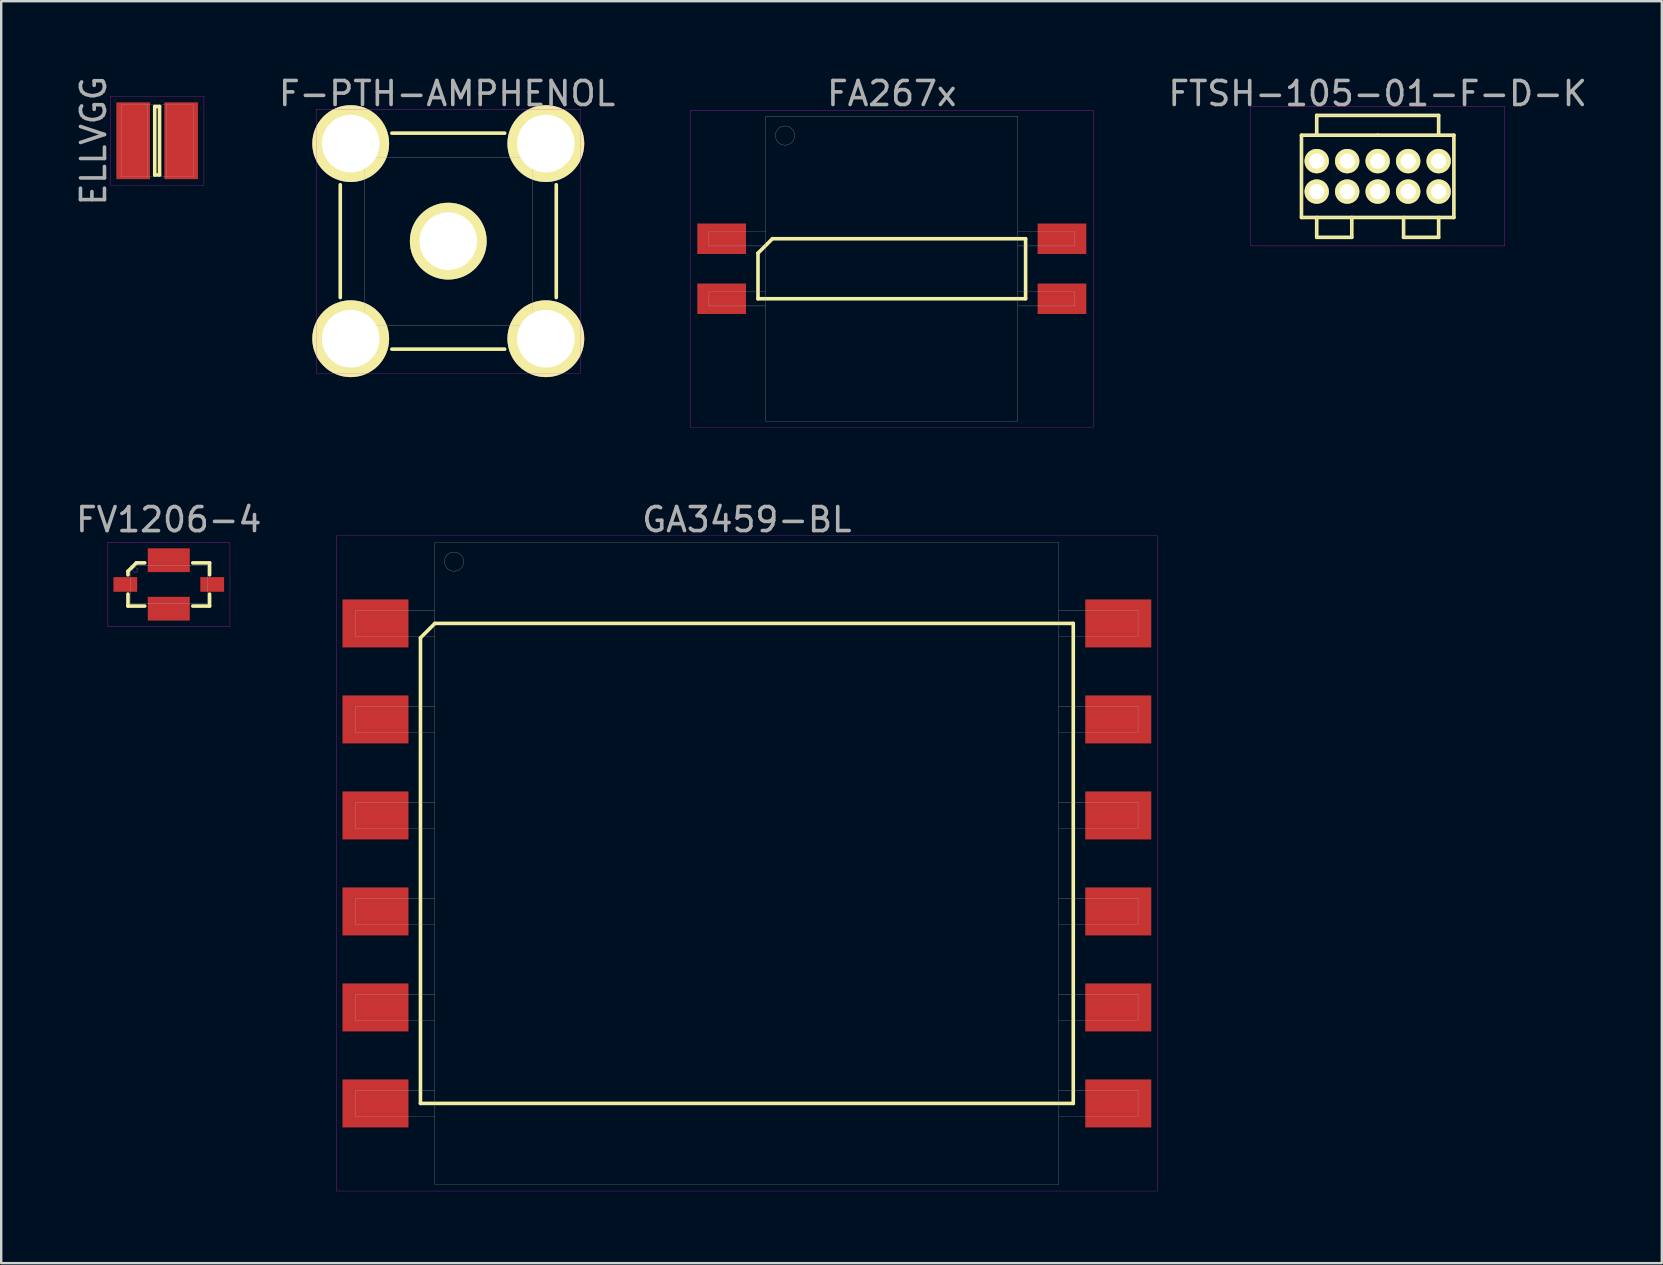
<source format=kicad_pcb>
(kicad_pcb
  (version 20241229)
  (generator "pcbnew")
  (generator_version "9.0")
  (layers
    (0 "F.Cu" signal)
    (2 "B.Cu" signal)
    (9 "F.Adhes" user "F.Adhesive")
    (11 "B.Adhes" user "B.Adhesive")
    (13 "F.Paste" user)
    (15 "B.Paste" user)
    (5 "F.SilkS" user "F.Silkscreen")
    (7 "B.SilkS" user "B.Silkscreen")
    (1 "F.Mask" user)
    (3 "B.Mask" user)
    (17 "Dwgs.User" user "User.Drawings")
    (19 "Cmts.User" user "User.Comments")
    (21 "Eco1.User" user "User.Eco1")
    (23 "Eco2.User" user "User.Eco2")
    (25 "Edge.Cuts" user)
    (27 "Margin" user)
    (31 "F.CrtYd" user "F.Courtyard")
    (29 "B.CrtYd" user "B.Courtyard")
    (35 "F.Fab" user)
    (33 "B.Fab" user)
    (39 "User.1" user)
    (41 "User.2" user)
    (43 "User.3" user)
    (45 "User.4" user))
  (footprint "GA3459-BL"
    (layer "F.Cu")
    (at 28.069 32.926)
    (property "Reference" "GA3459-BL" (at 0 -14.325 0) (layer "F.Fab") (effects (font (size 1 1) (thickness 0.15))))
    (attr through_hole)
    (fp_line (start -13.6 -9.4) (end -13 -10) (stroke (width 0.15) (type solid)) (layer "F.SilkS"))
    (fp_line (start -13.6 10) (end -13.6 -9.4) (stroke (width 0.15) (type solid)) (layer "F.SilkS"))
    (fp_line (start -13 -10) (end 13.6 -10) (stroke (width 0.15) (type solid)) (layer "F.SilkS"))
    (fp_line (start 13.6 -10) (end 13.6 10) (stroke (width 0.15) (type solid)) (layer "F.SilkS"))
    (fp_line (start 13.6 10) (end -13.6 10) (stroke (width 0.15) (type solid)) (layer "F.SilkS"))
    (fp_line (start -17.1 -13.65) (end 17.1 -13.65) (stroke (width 0.01) (type solid)) (layer "F.CrtYd"))
    (fp_line (start -17.1 13.65) (end -17.1 -13.65) (stroke (width 0.01) (type solid)) (layer "F.CrtYd"))
    (fp_line (start 17.1 -13.65) (end 17.1 13.65) (stroke (width 0.01) (type solid)) (layer "F.CrtYd"))
    (fp_line (start 17.1 13.65) (end -17.1 13.65) (stroke (width 0.01) (type solid)) (layer "F.CrtYd"))
    (fp_line (start -16.3 -10.545) (end -13 -10.545) (stroke (width 0.01) (type solid)) (layer "F.Fab"))
    (fp_line (start -16.3 -9.455) (end -16.3 -10.545) (stroke (width 0.01) (type solid)) (layer "F.Fab"))
    (fp_line (start -16.3 -6.545) (end -13 -6.545) (stroke (width 0.01) (type solid)) (layer "F.Fab"))
    (fp_line (start -16.3 -5.455) (end -16.3 -6.545) (stroke (width 0.01) (type solid)) (layer "F.Fab"))
    (fp_line (start -16.3 -2.545) (end -13 -2.545) (stroke (width 0.01) (type solid)) (layer "F.Fab"))
    (fp_line (start -16.3 -1.455) (end -16.3 -2.545) (stroke (width 0.01) (type solid)) (layer "F.Fab"))
    (fp_line (start -16.3 1.455) (end -13 1.455) (stroke (width 0.01) (type solid)) (layer "F.Fab"))
    (fp_line (start -16.3 2.545) (end -16.3 1.455) (stroke (width 0.01) (type solid)) (layer "F.Fab"))
    (fp_line (start -16.3 5.455) (end -13 5.455) (stroke (width 0.01) (type solid)) (layer "F.Fab"))
    (fp_line (start -16.3 6.545) (end -16.3 5.455) (stroke (width 0.01) (type solid)) (layer "F.Fab"))
    (fp_line (start -16.3 9.455) (end -13 9.455) (stroke (width 0.01) (type solid)) (layer "F.Fab"))
    (fp_line (start -16.3 10.545) (end -16.3 9.455) (stroke (width 0.01) (type solid)) (layer "F.Fab"))
    (fp_line (start -13 -13.375) (end 13 -13.375) (stroke (width 0.01) (type solid)) (layer "F.Fab"))
    (fp_line (start -13 -9.455) (end -16.3 -9.455) (stroke (width 0.01) (type solid)) (layer "F.Fab"))
    (fp_line (start -13 -5.455) (end -16.3 -5.455) (stroke (width 0.01) (type solid)) (layer "F.Fab"))
    (fp_line (start -13 -1.455) (end -16.3 -1.455) (stroke (width 0.01) (type solid)) (layer "F.Fab"))
    (fp_line (start -13 2.545) (end -16.3 2.545) (stroke (width 0.01) (type solid)) (layer "F.Fab"))
    (fp_line (start -13 6.545) (end -16.3 6.545) (stroke (width 0.01) (type solid)) (layer "F.Fab"))
    (fp_line (start -13 10.545) (end -16.3 10.545) (stroke (width 0.01) (type solid)) (layer "F.Fab"))
    (fp_line (start -13 13.375) (end -13 -13.375) (stroke (width 0.01) (type solid)) (layer "F.Fab"))
    (fp_line (start 13 -13.375) (end 13 13.375) (stroke (width 0.01) (type solid)) (layer "F.Fab"))
    (fp_line (start 13 -10.545) (end 16.3 -10.545) (stroke (width 0.01) (type solid)) (layer "F.Fab"))
    (fp_line (start 13 -6.545) (end 16.3 -6.545) (stroke (width 0.01) (type solid)) (layer "F.Fab"))
    (fp_line (start 13 -2.545) (end 16.3 -2.545) (stroke (width 0.01) (type solid)) (layer "F.Fab"))
    (fp_line (start 13 1.455) (end 16.3 1.455) (stroke (width 0.01) (type solid)) (layer "F.Fab"))
    (fp_line (start 13 5.455) (end 16.3 5.455) (stroke (width 0.01) (type solid)) (layer "F.Fab"))
    (fp_line (start 13 9.455) (end 16.3 9.455) (stroke (width 0.01) (type solid)) (layer "F.Fab"))
    (fp_line (start 13 13.375) (end -13 13.375) (stroke (width 0.01) (type solid)) (layer "F.Fab"))
    (fp_line (start 16.3 -10.545) (end 16.3 -9.455) (stroke (width 0.01) (type solid)) (layer "F.Fab"))
    (fp_line (start 16.3 -9.455) (end 13 -9.455) (stroke (width 0.01) (type solid)) (layer "F.Fab"))
    (fp_line (start 16.3 -6.545) (end 16.3 -5.455) (stroke (width 0.01) (type solid)) (layer "F.Fab"))
    (fp_line (start 16.3 -5.455) (end 13 -5.455) (stroke (width 0.01) (type solid)) (layer "F.Fab"))
    (fp_line (start 16.3 -2.545) (end 16.3 -1.455) (stroke (width 0.01) (type solid)) (layer "F.Fab"))
    (fp_line (start 16.3 -1.455) (end 13 -1.455) (stroke (width 0.01) (type solid)) (layer "F.Fab"))
    (fp_line (start 16.3 1.455) (end 16.3 2.545) (stroke (width 0.01) (type solid)) (layer "F.Fab"))
    (fp_line (start 16.3 2.545) (end 13 2.545) (stroke (width 0.01) (type solid)) (layer "F.Fab"))
    (fp_line (start 16.3 5.455) (end 16.3 6.545) (stroke (width 0.01) (type solid)) (layer "F.Fab"))
    (fp_line (start 16.3 6.545) (end 13 6.545) (stroke (width 0.01) (type solid)) (layer "F.Fab"))
    (fp_line (start 16.3 9.455) (end 16.3 10.545) (stroke (width 0.01) (type solid)) (layer "F.Fab"))
    (fp_line (start 16.3 10.545) (end 13 10.545) (stroke (width 0.01) (type solid)) (layer "F.Fab"))
    (fp_circle (center -12.2 -12.575) (end -12.2 -12.175) (stroke (width 0.01) (type solid)) (fill no) (layer "F.Fab"))
    (pad "1" smd rect (at -15.475 -10) (size 2.75 2) (layers "F.Cu" "F.Mask" "F.Paste"))
    (pad "2" smd rect (at -15.475 -6) (size 2.75 2) (layers "F.Cu" "F.Mask" "F.Paste"))
    (pad "3" smd rect (at -15.475 -2) (size 2.75 2) (layers "F.Cu" "F.Mask" "F.Paste"))
    (pad "4" smd rect (at -15.475 2) (size 2.75 2) (layers "F.Cu" "F.Mask" "F.Paste"))
    (pad "5" smd rect (at -15.475 6) (size 2.75 2) (layers "F.Cu" "F.Mask" "F.Paste"))
    (pad "6" smd rect (at -15.475 10) (size 2.75 2) (layers "F.Cu" "F.Mask" "F.Paste"))
    (pad "7" smd rect (at 15.475 10) (size 2.75 2) (layers "F.Cu" "F.Mask" "F.Paste"))
    (pad "8" smd rect (at 15.475 6) (size 2.75 2) (layers "F.Cu" "F.Mask" "F.Paste"))
    (pad "9" smd rect (at 15.475 2) (size 2.75 2) (layers "F.Cu" "F.Mask" "F.Paste"))
    (pad "10" smd rect (at 15.475 -2) (size 2.75 2) (layers "F.Cu" "F.Mask" "F.Paste"))
    (pad "11" smd rect (at 15.475 -6) (size 2.75 2) (layers "F.Cu" "F.Mask" "F.Paste"))
    (pad "12" smd rect (at 15.475 -10) (size 2.75 2) (layers "F.Cu" "F.Mask" "F.Paste")))
  (footprint "FA267x"
    (layer "F.Cu")
    (at 34.108 8.148)
    (property "Reference" "FA267x" (at 0 -7.3 0) (layer "F.Fab") (effects (font (size 1 1) (thickness 0.15))))
    (attr through_hole)
    (fp_line (start -5.575 -0.65) (end -4.975 -1.25) (stroke (width 0.15) (type solid)) (layer "F.SilkS"))
    (fp_line (start -5.575 1.25) (end -5.575 -0.65) (stroke (width 0.15) (type solid)) (layer "F.SilkS"))
    (fp_line (start -4.975 -1.25) (end 5.575 -1.25) (stroke (width 0.15) (type solid)) (layer "F.SilkS"))
    (fp_line (start 5.575 -1.25) (end 5.575 1.25) (stroke (width 0.15) (type solid)) (layer "F.SilkS"))
    (fp_line (start 5.575 1.25) (end -5.575 1.25) (stroke (width 0.15) (type solid)) (layer "F.SilkS"))
    (fp_line (start -8.4 -6.6) (end 8.4 -6.6) (stroke (width 0.01) (type solid)) (layer "F.CrtYd"))
    (fp_line (start -8.4 6.6) (end -8.4 -6.6) (stroke (width 0.01) (type solid)) (layer "F.CrtYd"))
    (fp_line (start 8.4 -6.6) (end 8.4 6.6) (stroke (width 0.01) (type solid)) (layer "F.CrtYd"))
    (fp_line (start 8.4 6.6) (end -8.4 6.6) (stroke (width 0.01) (type solid)) (layer "F.CrtYd"))
    (fp_line (start -7.62 -1.55) (end -5.25 -1.55) (stroke (width 0.01) (type solid)) (layer "F.Fab"))
    (fp_line (start -7.62 -0.95) (end -7.62 -1.55) (stroke (width 0.01) (type solid)) (layer "F.Fab"))
    (fp_line (start -7.62 0.95) (end -5.25 0.95) (stroke (width 0.01) (type solid)) (layer "F.Fab"))
    (fp_line (start -7.62 1.55) (end -7.62 0.95) (stroke (width 0.01) (type solid)) (layer "F.Fab"))
    (fp_line (start -5.25 -6.35) (end 5.25 -6.35) (stroke (width 0.01) (type solid)) (layer "F.Fab"))
    (fp_line (start -5.25 -0.95) (end -7.62 -0.95) (stroke (width 0.01) (type solid)) (layer "F.Fab"))
    (fp_line (start -5.25 1.55) (end -7.62 1.55) (stroke (width 0.01) (type solid)) (layer "F.Fab"))
    (fp_line (start -5.25 6.35) (end -5.25 -6.35) (stroke (width 0.01) (type solid)) (layer "F.Fab"))
    (fp_line (start 5.25 -6.35) (end 5.25 6.35) (stroke (width 0.01) (type solid)) (layer "F.Fab"))
    (fp_line (start 5.25 -1.55) (end 7.62 -1.55) (stroke (width 0.01) (type solid)) (layer "F.Fab"))
    (fp_line (start 5.25 0.95) (end 7.62 0.95) (stroke (width 0.01) (type solid)) (layer "F.Fab"))
    (fp_line (start 5.25 6.35) (end -5.25 6.35) (stroke (width 0.01) (type solid)) (layer "F.Fab"))
    (fp_line (start 7.62 -1.55) (end 7.62 -0.95) (stroke (width 0.01) (type solid)) (layer "F.Fab"))
    (fp_line (start 7.62 -0.95) (end 5.25 -0.95) (stroke (width 0.01) (type solid)) (layer "F.Fab"))
    (fp_line (start 7.62 0.95) (end 7.62 1.55) (stroke (width 0.01) (type solid)) (layer "F.Fab"))
    (fp_line (start 7.62 1.55) (end 5.25 1.55) (stroke (width 0.01) (type solid)) (layer "F.Fab"))
    (fp_circle (center -4.45 -5.55) (end -4.45 -5.15) (stroke (width 0.01) (type solid)) (fill no) (layer "F.Fab"))
    (pad "1" smd rect (at -7.09 -1.25) (size 2.03 1.27) (layers "F.Cu" "F.Mask" "F.Paste"))
    (pad "2" smd rect (at -7.09 1.25) (size 2.03 1.27) (layers "F.Cu" "F.Mask" "F.Paste"))
    (pad "3" smd rect (at 7.09 1.25) (size 2.03 1.27) (layers "F.Cu" "F.Mask" "F.Paste"))
    (pad "4" smd rect (at 7.09 -1.25) (size 2.03 1.27) (layers "F.Cu" "F.Mask" "F.Paste")))
  (footprint "FTSH-105-01-F-D-K"
    (layer "F.Cu")
    (at 54.353 4.298)
    (property "Reference" "FTSH-105-01-F-D-K" (at 0 -3.45 0) (layer "F.Fab") (effects (font (size 1 1) (thickness 0.15))))
    (attr through_hole)
    (fp_line (start -3.175 -1.714) (end 0 -1.714) (stroke (width 0.15) (type solid)) (layer "F.SilkS"))
    (fp_line (start -3.175 1.714) (end -3.175 -1.714) (stroke (width 0.15) (type solid)) (layer "F.SilkS"))
    (fp_line (start -2.54 -2.54) (end 2.54 -2.54) (stroke (width 0.15) (type solid)) (layer "F.SilkS"))
    (fp_line (start -2.54 -1.714) (end -2.54 -2.54) (stroke (width 0.15) (type solid)) (layer "F.SilkS"))
    (fp_line (start -2.54 1.714) (end -2.54 2.54) (stroke (width 0.15) (type solid)) (layer "F.SilkS"))
    (fp_line (start -2.54 2.54) (end -1.079 2.54) (stroke (width 0.15) (type solid)) (layer "F.SilkS"))
    (fp_line (start -1.079 2.54) (end -1.079 1.714) (stroke (width 0.15) (type solid)) (layer "F.SilkS"))
    (fp_line (start 0 -1.714) (end 3.175 -1.714) (stroke (width 0.15) (type solid)) (layer "F.SilkS"))
    (fp_line (start 1.079 2.54) (end 1.079 1.714) (stroke (width 0.15) (type solid)) (layer "F.SilkS"))
    (fp_line (start 2.54 -2.54) (end 2.54 -1.714) (stroke (width 0.15) (type solid)) (layer "F.SilkS"))
    (fp_line (start 2.54 1.714) (end 2.54 2.54) (stroke (width 0.15) (type solid)) (layer "F.SilkS"))
    (fp_line (start 2.54 2.54) (end 1.079 2.54) (stroke (width 0.15) (type solid)) (layer "F.SilkS"))
    (fp_line (start 3.175 -1.714) (end 3.175 1.714) (stroke (width 0.15) (type solid)) (layer "F.SilkS"))
    (fp_line (start 3.175 1.714) (end -3.175 1.714) (stroke (width 0.15) (type solid)) (layer "F.SilkS"))
    (fp_line (start -5.3 -2.9) (end 5.3 -2.9) (stroke (width 0.01) (type solid)) (layer "F.CrtYd"))
    (fp_line (start -5.3 2.9) (end -5.3 -2.9) (stroke (width 0.01) (type solid)) (layer "F.CrtYd"))
    (fp_line (start 5.3 -2.9) (end 5.3 2.9) (stroke (width 0.01) (type solid)) (layer "F.CrtYd"))
    (fp_line (start 5.3 2.9) (end -5.3 2.9) (stroke (width 0.01) (type solid)) (layer "F.CrtYd"))
    (fp_line (start -3.15 -1.7) (end 3.15 -1.7) (stroke (width 0.01) (type solid)) (layer "F.Fab"))
    (fp_line (start -3.15 1.7) (end -3.15 -1.7) (stroke (width 0.01) (type solid)) (layer "F.Fab"))
    (fp_line (start -2.55 -2.55) (end 2.5 -2.55) (stroke (width 0.01) (type solid)) (layer "F.Fab"))
    (fp_line (start -2.55 -1.7) (end -2.55 -2.55) (stroke (width 0.01) (type solid)) (layer "F.Fab"))
    (fp_line (start -2.55 1.7) (end -2.55 2.55) (stroke (width 0.01) (type solid)) (layer "F.Fab"))
    (fp_line (start -2.55 2.55) (end -1.1 2.55) (stroke (width 0.01) (type solid)) (layer "F.Fab"))
    (fp_line (start -1.1 2.55) (end -1.1 1.7) (stroke (width 0.01) (type solid)) (layer "F.Fab"))
    (fp_line (start 1.1 1.7) (end 1.1 2.55) (stroke (width 0.01) (type solid)) (layer "F.Fab"))
    (fp_line (start 1.1 2.55) (end 2.55 2.55) (stroke (width 0.01) (type solid)) (layer "F.Fab"))
    (fp_line (start 2.5 -2.55) (end 2.55 -2.55) (stroke (width 0.01) (type solid)) (layer "F.Fab"))
    (fp_line (start 2.55 -2.55) (end 2.55 -1.7) (stroke (width 0.01) (type solid)) (layer "F.Fab"))
    (fp_line (start 2.55 2.55) (end 2.55 1.7) (stroke (width 0.01) (type solid)) (layer "F.Fab"))
    (fp_line (start 3.15 -1.7) (end 3.15 1.7) (stroke (width 0.01) (type solid)) (layer "F.Fab"))
    (fp_line (start 3.15 1.7) (end -3.15 1.7) (stroke (width 0.01) (type solid)) (layer "F.Fab"))
    (pad "1" thru_hole circle (at -2.54 0.635) (size 1.016 1.016) (drill 0.635) (layers "*.Cu" "*.Mask" "F.SilkS"))
    (pad "2" thru_hole circle (at -2.54 -0.635) (size 1.016 1.016) (drill 0.635) (layers "*.Cu" "*.Mask" "F.SilkS"))
    (pad "3" thru_hole circle (at -1.27 0.635) (size 1.016 1.016) (drill 0.635) (layers "*.Cu" "*.Mask" "F.SilkS"))
    (pad "4" thru_hole circle (at -1.27 -0.635) (size 1.016 1.016) (drill 0.635) (layers "*.Cu" "*.Mask" "F.SilkS"))
    (pad "5" thru_hole circle (at 0 0.635) (size 1.016 1.016) (drill 0.635) (layers "*.Cu" "*.Mask" "F.SilkS"))
    (pad "6" thru_hole circle (at 0 -0.635) (size 1.016 1.016) (drill 0.635) (layers "*.Cu" "*.Mask" "F.SilkS"))
    (pad "7" thru_hole circle (at 1.27 0.635) (size 1.016 1.016) (drill 0.635) (layers "*.Cu" "*.Mask" "F.SilkS"))
    (pad "8" thru_hole circle (at 1.27 -0.635) (size 1.016 1.016) (drill 0.635) (layers "*.Cu" "*.Mask" "F.SilkS"))
    (pad "9" thru_hole circle (at 2.54 0.635) (size 1.016 1.016) (drill 0.635) (layers "*.Cu" "*.Mask" "F.SilkS"))
    (pad "10" thru_hole circle (at 2.54 -0.635) (size 1.016 1.016) (drill 0.635) (layers "*.Cu" "*.Mask" "F.SilkS")))
  (footprint "ELLVGG"
    (layer "F.Cu")
    (at 3.498 2.815)
    (property "Reference" "ELLVGG" (at -2.65 0 90) (layer "F.Fab") (effects (font (size 1 1) (thickness 0.15))))
    (attr through_hole)
    (fp_line (start -0.1 -1.425) (end 0.1 -1.425) (stroke (width 0.15) (type solid)) (layer "F.SilkS"))
    (fp_line (start -0.1 1.425) (end -0.1 -1.425) (stroke (width 0.15) (type solid)) (layer "F.SilkS"))
    (fp_line (start 0.1 -1.425) (end 0.1 1.425) (stroke (width 0.15) (type solid)) (layer "F.SilkS"))
    (fp_line (start 0.1 1.425) (end -0.1 1.425) (stroke (width 0.15) (type solid)) (layer "F.SilkS"))
    (fp_line (start -1.95 -1.85) (end 1.95 -1.85) (stroke (width 0.01) (type solid)) (layer "F.CrtYd"))
    (fp_line (start -1.95 1.85) (end -1.95 -1.85) (stroke (width 0.01) (type solid)) (layer "F.CrtYd"))
    (fp_line (start 1.95 -1.85) (end 1.95 1.85) (stroke (width 0.01) (type solid)) (layer "F.CrtYd"))
    (fp_line (start 1.95 1.85) (end -1.95 1.85) (stroke (width 0.01) (type solid)) (layer "F.CrtYd"))
    (fp_line (start -1.5 -1.5) (end 1.5 -1.5) (stroke (width 0.01) (type solid)) (layer "F.Fab"))
    (fp_line (start -1.5 1.5) (end -1.5 -1.5) (stroke (width 0.01) (type solid)) (layer "F.Fab"))
    (fp_line (start -0.4 -1.5) (end -0.4 1.5) (stroke (width 0.01) (type solid)) (layer "F.Fab"))
    (fp_line (start 0.4 -1.5) (end 0.4 1.5) (stroke (width 0.01) (type solid)) (layer "F.Fab"))
    (fp_line (start 1.5 -1.5) (end 1.5 1.5) (stroke (width 0.01) (type solid)) (layer "F.Fab"))
    (fp_line (start 1.5 1.5) (end -1.5 1.5) (stroke (width 0.01) (type solid)) (layer "F.Fab"))
    (pad "1" smd rect (at -1 0) (size 1.4 3.2) (layers "F.Cu" "F.Mask" "F.Paste"))
    (pad "2" smd rect (at 1 0) (size 1.4 3.2) (layers "F.Cu" "F.Mask" "F.Paste")))
  (footprint "FV1206-4"
    (layer "F.Cu")
    (at 3.982 21.302)
    (property "Reference" "FV1206-4" (at 0 -2.7 0) (layer "F.Fab") (effects (font (size 1 1) (thickness 0.15))))
    (attr through_hole)
    (fp_line (start -1.7 -0.55) (end -1.7 -0.4) (stroke (width 0.15) (type solid)) (layer "F.SilkS"))
    (fp_line (start -1.7 -0.55) (end -1.35 -0.9) (stroke (width 0.15) (type solid)) (layer "F.SilkS"))
    (fp_line (start -1.7 0.9) (end -1.7 0.4) (stroke (width 0.15) (type solid)) (layer "F.SilkS"))
    (fp_line (start -1.35 -0.9) (end -1 -0.9) (stroke (width 0.15) (type solid)) (layer "F.SilkS"))
    (fp_line (start -1 0.9) (end -1.7 0.9) (stroke (width 0.15) (type solid)) (layer "F.SilkS"))
    (fp_line (start 1 -0.9) (end 1.7 -0.9) (stroke (width 0.15) (type solid)) (layer "F.SilkS"))
    (fp_line (start 1.7 -0.9) (end 1.7 -0.4) (stroke (width 0.15) (type solid)) (layer "F.SilkS"))
    (fp_line (start 1.7 0.9) (end 1 0.9) (stroke (width 0.15) (type solid)) (layer "F.SilkS"))
    (fp_line (start 1.7 0.9) (end 1.7 0.4) (stroke (width 0.15) (type solid)) (layer "F.SilkS"))
    (fp_line (start -2.55 -1.75) (end -2.55 1.75) (stroke (width 0.01) (type solid)) (layer "F.CrtYd"))
    (fp_line (start -2.55 1.75) (end 0 1.75) (stroke (width 0.01) (type solid)) (layer "F.CrtYd"))
    (fp_line (start 0 1.75) (end 2.55 1.75) (stroke (width 0.01) (type solid)) (layer "F.CrtYd"))
    (fp_line (start 2.55 -1.75) (end -2.55 -1.75) (stroke (width 0.01) (type solid)) (layer "F.CrtYd"))
    (fp_line (start 2.55 1.75) (end 2.55 -1.75) (stroke (width 0.01) (type solid)) (layer "F.CrtYd"))
    (fp_line (start -1.6 -0.8) (end 1.6 -0.8) (stroke (width 0.01) (type solid)) (layer "F.Fab"))
    (fp_line (start -1.6 0.8) (end -1.6 -0.8) (stroke (width 0.01) (type solid)) (layer "F.Fab"))
    (fp_line (start 1.6 -0.8) (end 1.6 0.8) (stroke (width 0.01) (type solid)) (layer "F.Fab"))
    (fp_line (start 1.6 0.8) (end -1.6 0.8) (stroke (width 0.01) (type solid)) (layer "F.Fab"))
    (fp_circle (center -1.4 -0.6) (end -1.3 -0.6) (stroke (width 0.01) (type solid)) (fill no) (layer "F.Fab"))
    (pad "1" smd rect (at -1.81 0) (size 0.99 0.61) (layers "F.Cu" "F.Mask" "F.Paste"))
    (pad "2" smd rect (at 0 1.01) (size 1.75 0.99) (layers "F.Cu" "F.Mask" "F.Paste"))
    (pad "3" smd rect (at 1.81 0) (size 0.99 0.61) (layers "F.Cu" "F.Mask" "F.Paste"))
    (pad "4" smd rect (at 0 -1.01) (size 1.75 0.99) (layers "F.Cu" "F.Mask" "F.Paste")))
  (footprint "F-PTH-AMPHENOL"
    (layer "F.Cu")
    (at 15.628 6.998)
    (property "Reference" "F-PTH-AMPHENOL" (at -0.05 -6.15 0) (layer "F.Fab") (effects (font (size 1 1) (thickness 0.15))))
    (attr through_hole)
    (fp_line (start -4.5 -2.35) (end -4.5 2.35) (stroke (width 0.15) (type solid)) (layer "F.SilkS"))
    (fp_line (start -2.35 -4.5) (end 2.35 -4.5) (stroke (width 0.15) (type solid)) (layer "F.SilkS"))
    (fp_line (start -2.35 4.5) (end 2.35 4.5) (stroke (width 0.15) (type solid)) (layer "F.SilkS"))
    (fp_line (start 4.5 -2.35) (end 4.5 2.35) (stroke (width 0.15) (type solid)) (layer "F.SilkS"))
    (fp_line (start -5.5 -5.5) (end 5.5 -5.5) (stroke (width 0.01) (type solid)) (layer "F.CrtYd"))
    (fp_line (start -5.5 5.5) (end -5.5 -5.5) (stroke (width 0.01) (type solid)) (layer "F.CrtYd"))
    (fp_line (start 5.5 -5.5) (end 5.5 5.5) (stroke (width 0.01) (type solid)) (layer "F.CrtYd"))
    (fp_line (start 5.5 5.5) (end -5.5 5.5) (stroke (width 0.01) (type solid)) (layer "F.CrtYd"))
    (fp_line (start -3.5 -3.5) (end 3.5 -3.5) (stroke (width 0.01) (type solid)) (layer "F.Fab"))
    (fp_line (start -3.5 3.5) (end -3.5 -3.5) (stroke (width 0.01) (type solid)) (layer "F.Fab"))
    (fp_line (start 3.5 -3.5) (end 3.5 3.5) (stroke (width 0.01) (type solid)) (layer "F.Fab"))
    (fp_line (start 3.5 3.5) (end -3.5 3.5) (stroke (width 0.01) (type solid)) (layer "F.Fab"))
    (fp_circle (center 0 0) (end 0.65 0) (stroke (width 0.01) (type solid)) (fill no) (layer "F.Fab"))
    (pad "1" thru_hole circle (at 0 0) (size 3.2 3.2) (drill 2.4) (layers "*.Cu" "*.Mask" "F.SilkS"))
    (pad "2" thru_hole circle (at -4.065 -4.065) (size 3.2 3.2) (drill 2.4) (layers "*.Cu" "*.Mask" "F.SilkS"))
    (pad "2" thru_hole circle (at -4.065 4.065) (size 3.2 3.2) (drill 2.4) (layers "*.Cu" "*.Mask" "F.SilkS"))
    (pad "2" thru_hole circle (at 4.065 -4.065) (size 3.2 3.2) (drill 2.4) (layers "*.Cu" "*.Mask" "F.SilkS"))
    (pad "2" thru_hole circle (at 4.065 4.065) (size 3.2 3.2) (drill 2.4) (layers "*.Cu" "*.Mask" "F.SilkS")))
  (gr_rect
    (start -3 -3)
    (end 66.192 49.581)
    (stroke (width 0.1) (type default))
    (fill no)
    (layer "Edge.Cuts")))
</source>
